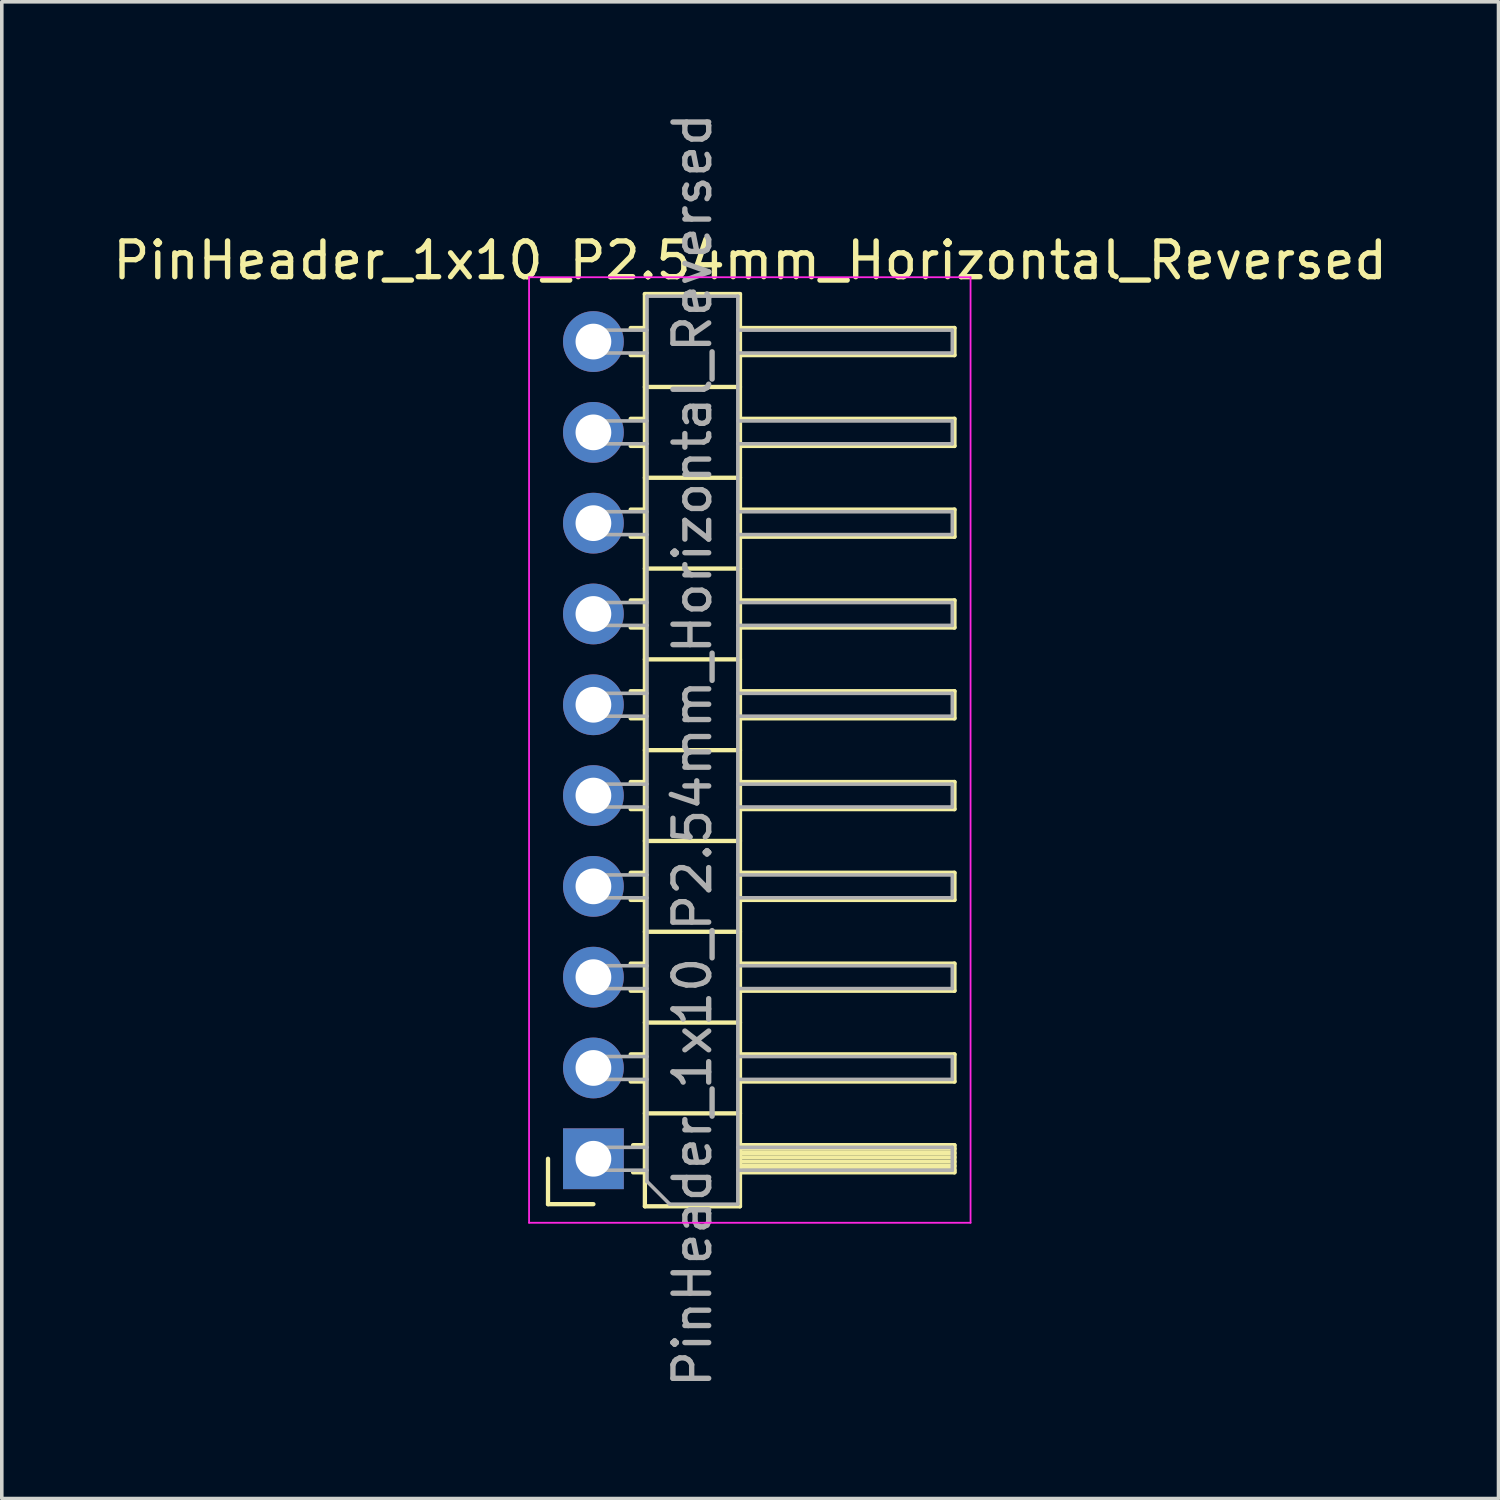
<source format=kicad_pcb>
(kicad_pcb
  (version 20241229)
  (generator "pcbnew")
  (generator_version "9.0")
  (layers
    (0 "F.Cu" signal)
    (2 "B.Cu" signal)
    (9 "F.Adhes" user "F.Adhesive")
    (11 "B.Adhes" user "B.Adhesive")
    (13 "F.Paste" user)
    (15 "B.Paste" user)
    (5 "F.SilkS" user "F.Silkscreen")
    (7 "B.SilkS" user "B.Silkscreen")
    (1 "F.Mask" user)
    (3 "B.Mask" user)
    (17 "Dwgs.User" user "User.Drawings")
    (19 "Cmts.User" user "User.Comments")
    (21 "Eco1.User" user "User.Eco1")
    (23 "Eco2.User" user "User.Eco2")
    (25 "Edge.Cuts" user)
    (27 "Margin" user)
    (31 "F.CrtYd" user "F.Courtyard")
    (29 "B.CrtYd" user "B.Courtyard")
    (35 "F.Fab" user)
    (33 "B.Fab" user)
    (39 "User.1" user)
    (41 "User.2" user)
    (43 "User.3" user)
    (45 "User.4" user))
  (footprint "PinHeader_1x10_P2.54mm_Horizontal_Reversed"
    (layer "F.Cu")
    (at 13.55 6.505)
    (property "Reference" "PinHeader_1x10_P2.54mm_Horizontal_Reversed" (at 4.385 -2.27 0) (layer "F.SilkS") (effects (font (size 1 1) (thickness 0.15))))
    (attr through_hole)
    (fp_line (start -1.27 22.86) (end -1.27 24.13) (stroke (width 0.12) (type solid)) (layer "F.SilkS"))
    (fp_line (start -1.27 24.13) (end 0 24.13) (stroke (width 0.12) (type solid)) (layer "F.SilkS"))
    (fp_line (start 1.043 -0.38) (end 1.44 -0.38) (stroke (width 0.12) (type solid)) (layer "F.SilkS"))
    (fp_line (start 1.043 0.38) (end 1.44 0.38) (stroke (width 0.12) (type solid)) (layer "F.SilkS"))
    (fp_line (start 1.043 2.16) (end 1.44 2.16) (stroke (width 0.12) (type solid)) (layer "F.SilkS"))
    (fp_line (start 1.043 2.92) (end 1.44 2.92) (stroke (width 0.12) (type solid)) (layer "F.SilkS"))
    (fp_line (start 1.043 4.7) (end 1.44 4.7) (stroke (width 0.12) (type solid)) (layer "F.SilkS"))
    (fp_line (start 1.043 5.46) (end 1.44 5.46) (stroke (width 0.12) (type solid)) (layer "F.SilkS"))
    (fp_line (start 1.043 7.24) (end 1.44 7.24) (stroke (width 0.12) (type solid)) (layer "F.SilkS"))
    (fp_line (start 1.043 8) (end 1.44 8) (stroke (width 0.12) (type solid)) (layer "F.SilkS"))
    (fp_line (start 1.043 9.78) (end 1.44 9.78) (stroke (width 0.12) (type solid)) (layer "F.SilkS"))
    (fp_line (start 1.043 10.54) (end 1.44 10.54) (stroke (width 0.12) (type solid)) (layer "F.SilkS"))
    (fp_line (start 1.043 12.32) (end 1.44 12.32) (stroke (width 0.12) (type solid)) (layer "F.SilkS"))
    (fp_line (start 1.043 13.08) (end 1.44 13.08) (stroke (width 0.12) (type solid)) (layer "F.SilkS"))
    (fp_line (start 1.043 14.86) (end 1.44 14.86) (stroke (width 0.12) (type solid)) (layer "F.SilkS"))
    (fp_line (start 1.043 15.62) (end 1.44 15.62) (stroke (width 0.12) (type solid)) (layer "F.SilkS"))
    (fp_line (start 1.043 17.4) (end 1.44 17.4) (stroke (width 0.12) (type solid)) (layer "F.SilkS"))
    (fp_line (start 1.043 18.16) (end 1.44 18.16) (stroke (width 0.12) (type solid)) (layer "F.SilkS"))
    (fp_line (start 1.043 19.94) (end 1.44 19.94) (stroke (width 0.12) (type solid)) (layer "F.SilkS"))
    (fp_line (start 1.043 20.7) (end 1.44 20.7) (stroke (width 0.12) (type solid)) (layer "F.SilkS"))
    (fp_line (start 1.11 22.48) (end 1.44 22.48) (stroke (width 0.12) (type solid)) (layer "F.SilkS"))
    (fp_line (start 1.11 23.24) (end 1.44 23.24) (stroke (width 0.12) (type solid)) (layer "F.SilkS"))
    (fp_line (start 1.44 -1.33) (end 4.1 -1.33) (stroke (width 0.12) (type solid)) (layer "F.SilkS"))
    (fp_line (start 1.44 1.27) (end 4.1 1.27) (stroke (width 0.12) (type solid)) (layer "F.SilkS"))
    (fp_line (start 1.44 3.81) (end 4.1 3.81) (stroke (width 0.12) (type solid)) (layer "F.SilkS"))
    (fp_line (start 1.44 6.35) (end 4.1 6.35) (stroke (width 0.12) (type solid)) (layer "F.SilkS"))
    (fp_line (start 1.44 8.89) (end 4.1 8.89) (stroke (width 0.12) (type solid)) (layer "F.SilkS"))
    (fp_line (start 1.44 11.43) (end 4.1 11.43) (stroke (width 0.12) (type solid)) (layer "F.SilkS"))
    (fp_line (start 1.44 13.97) (end 4.1 13.97) (stroke (width 0.12) (type solid)) (layer "F.SilkS"))
    (fp_line (start 1.44 16.51) (end 4.1 16.51) (stroke (width 0.12) (type solid)) (layer "F.SilkS"))
    (fp_line (start 1.44 19.05) (end 4.1 19.05) (stroke (width 0.12) (type solid)) (layer "F.SilkS"))
    (fp_line (start 1.44 21.59) (end 4.1 21.59) (stroke (width 0.12) (type solid)) (layer "F.SilkS"))
    (fp_line (start 1.44 24.19) (end 1.44 -1.33) (stroke (width 0.12) (type solid)) (layer "F.SilkS"))
    (fp_line (start 4.1 -1.33) (end 4.1 24.19) (stroke (width 0.12) (type solid)) (layer "F.SilkS"))
    (fp_line (start 4.1 0.38) (end 10.1 0.38) (stroke (width 0.12) (type solid)) (layer "F.SilkS"))
    (fp_line (start 4.1 2.92) (end 10.1 2.92) (stroke (width 0.12) (type solid)) (layer "F.SilkS"))
    (fp_line (start 4.1 5.46) (end 10.1 5.46) (stroke (width 0.12) (type solid)) (layer "F.SilkS"))
    (fp_line (start 4.1 8) (end 10.1 8) (stroke (width 0.12) (type solid)) (layer "F.SilkS"))
    (fp_line (start 4.1 10.54) (end 10.1 10.54) (stroke (width 0.12) (type solid)) (layer "F.SilkS"))
    (fp_line (start 4.1 13.08) (end 10.1 13.08) (stroke (width 0.12) (type solid)) (layer "F.SilkS"))
    (fp_line (start 4.1 15.62) (end 10.1 15.62) (stroke (width 0.12) (type solid)) (layer "F.SilkS"))
    (fp_line (start 4.1 18.16) (end 10.1 18.16) (stroke (width 0.12) (type solid)) (layer "F.SilkS"))
    (fp_line (start 4.1 20.7) (end 10.1 20.7) (stroke (width 0.12) (type solid)) (layer "F.SilkS"))
    (fp_line (start 4.1 22.58) (end 10.1 22.58) (stroke (width 0.12) (type solid)) (layer "F.SilkS"))
    (fp_line (start 4.1 22.7) (end 10.1 22.7) (stroke (width 0.12) (type solid)) (layer "F.SilkS"))
    (fp_line (start 4.1 22.82) (end 10.1 22.82) (stroke (width 0.12) (type solid)) (layer "F.SilkS"))
    (fp_line (start 4.1 22.94) (end 10.1 22.94) (stroke (width 0.12) (type solid)) (layer "F.SilkS"))
    (fp_line (start 4.1 23.06) (end 10.1 23.06) (stroke (width 0.12) (type solid)) (layer "F.SilkS"))
    (fp_line (start 4.1 23.18) (end 10.1 23.18) (stroke (width 0.12) (type solid)) (layer "F.SilkS"))
    (fp_line (start 4.1 23.24) (end 10.1 23.24) (stroke (width 0.12) (type solid)) (layer "F.SilkS"))
    (fp_line (start 4.1 24.19) (end 1.44 24.19) (stroke (width 0.12) (type solid)) (layer "F.SilkS"))
    (fp_line (start 10.1 -0.38) (end 4.1 -0.38) (stroke (width 0.12) (type solid)) (layer "F.SilkS"))
    (fp_line (start 10.1 0.38) (end 10.1 -0.38) (stroke (width 0.12) (type solid)) (layer "F.SilkS"))
    (fp_line (start 10.1 2.16) (end 4.1 2.16) (stroke (width 0.12) (type solid)) (layer "F.SilkS"))
    (fp_line (start 10.1 2.92) (end 10.1 2.16) (stroke (width 0.12) (type solid)) (layer "F.SilkS"))
    (fp_line (start 10.1 4.7) (end 4.1 4.7) (stroke (width 0.12) (type solid)) (layer "F.SilkS"))
    (fp_line (start 10.1 5.46) (end 10.1 4.7) (stroke (width 0.12) (type solid)) (layer "F.SilkS"))
    (fp_line (start 10.1 7.24) (end 4.1 7.24) (stroke (width 0.12) (type solid)) (layer "F.SilkS"))
    (fp_line (start 10.1 8) (end 10.1 7.24) (stroke (width 0.12) (type solid)) (layer "F.SilkS"))
    (fp_line (start 10.1 9.78) (end 4.1 9.78) (stroke (width 0.12) (type solid)) (layer "F.SilkS"))
    (fp_line (start 10.1 10.54) (end 10.1 9.78) (stroke (width 0.12) (type solid)) (layer "F.SilkS"))
    (fp_line (start 10.1 12.32) (end 4.1 12.32) (stroke (width 0.12) (type solid)) (layer "F.SilkS"))
    (fp_line (start 10.1 13.08) (end 10.1 12.32) (stroke (width 0.12) (type solid)) (layer "F.SilkS"))
    (fp_line (start 10.1 14.86) (end 4.1 14.86) (stroke (width 0.12) (type solid)) (layer "F.SilkS"))
    (fp_line (start 10.1 15.62) (end 10.1 14.86) (stroke (width 0.12) (type solid)) (layer "F.SilkS"))
    (fp_line (start 10.1 17.4) (end 4.1 17.4) (stroke (width 0.12) (type solid)) (layer "F.SilkS"))
    (fp_line (start 10.1 18.16) (end 10.1 17.4) (stroke (width 0.12) (type solid)) (layer "F.SilkS"))
    (fp_line (start 10.1 19.94) (end 4.1 19.94) (stroke (width 0.12) (type solid)) (layer "F.SilkS"))
    (fp_line (start 10.1 20.7) (end 10.1 19.94) (stroke (width 0.12) (type solid)) (layer "F.SilkS"))
    (fp_line (start 10.1 22.48) (end 4.1 22.48) (stroke (width 0.12) (type solid)) (layer "F.SilkS"))
    (fp_line (start 10.1 23.24) (end 10.1 22.48) (stroke (width 0.12) (type solid)) (layer "F.SilkS"))
    (fp_line (start -1.8 -1.8) (end -1.8 24.65) (stroke (width 0.05) (type solid)) (layer "F.CrtYd"))
    (fp_line (start -1.8 24.65) (end 10.55 24.65) (stroke (width 0.05) (type solid)) (layer "F.CrtYd"))
    (fp_line (start 10.55 -1.8) (end -1.8 -1.8) (stroke (width 0.05) (type solid)) (layer "F.CrtYd"))
    (fp_line (start 10.55 24.65) (end 10.55 -1.8) (stroke (width 0.05) (type solid)) (layer "F.CrtYd"))
    (fp_line (start -0.32 -0.32) (end 1.5 -0.32) (stroke (width 0.1) (type solid)) (layer "F.Fab"))
    (fp_line (start -0.32 0.32) (end -0.32 -0.32) (stroke (width 0.1) (type solid)) (layer "F.Fab"))
    (fp_line (start -0.32 0.32) (end 1.5 0.32) (stroke (width 0.1) (type solid)) (layer "F.Fab"))
    (fp_line (start -0.32 2.22) (end 1.5 2.22) (stroke (width 0.1) (type solid)) (layer "F.Fab"))
    (fp_line (start -0.32 2.86) (end -0.32 2.22) (stroke (width 0.1) (type solid)) (layer "F.Fab"))
    (fp_line (start -0.32 2.86) (end 1.5 2.86) (stroke (width 0.1) (type solid)) (layer "F.Fab"))
    (fp_line (start -0.32 4.76) (end 1.5 4.76) (stroke (width 0.1) (type solid)) (layer "F.Fab"))
    (fp_line (start -0.32 5.4) (end -0.32 4.76) (stroke (width 0.1) (type solid)) (layer "F.Fab"))
    (fp_line (start -0.32 5.4) (end 1.5 5.4) (stroke (width 0.1) (type solid)) (layer "F.Fab"))
    (fp_line (start -0.32 7.3) (end 1.5 7.3) (stroke (width 0.1) (type solid)) (layer "F.Fab"))
    (fp_line (start -0.32 7.94) (end -0.32 7.3) (stroke (width 0.1) (type solid)) (layer "F.Fab"))
    (fp_line (start -0.32 7.94) (end 1.5 7.94) (stroke (width 0.1) (type solid)) (layer "F.Fab"))
    (fp_line (start -0.32 9.84) (end 1.5 9.84) (stroke (width 0.1) (type solid)) (layer "F.Fab"))
    (fp_line (start -0.32 10.48) (end -0.32 9.84) (stroke (width 0.1) (type solid)) (layer "F.Fab"))
    (fp_line (start -0.32 10.48) (end 1.5 10.48) (stroke (width 0.1) (type solid)) (layer "F.Fab"))
    (fp_line (start -0.32 12.38) (end 1.5 12.38) (stroke (width 0.1) (type solid)) (layer "F.Fab"))
    (fp_line (start -0.32 13.02) (end -0.32 12.38) (stroke (width 0.1) (type solid)) (layer "F.Fab"))
    (fp_line (start -0.32 13.02) (end 1.5 13.02) (stroke (width 0.1) (type solid)) (layer "F.Fab"))
    (fp_line (start -0.32 14.92) (end 1.5 14.92) (stroke (width 0.1) (type solid)) (layer "F.Fab"))
    (fp_line (start -0.32 15.56) (end -0.32 14.92) (stroke (width 0.1) (type solid)) (layer "F.Fab"))
    (fp_line (start -0.32 15.56) (end 1.5 15.56) (stroke (width 0.1) (type solid)) (layer "F.Fab"))
    (fp_line (start -0.32 17.46) (end 1.5 17.46) (stroke (width 0.1) (type solid)) (layer "F.Fab"))
    (fp_line (start -0.32 18.1) (end -0.32 17.46) (stroke (width 0.1) (type solid)) (layer "F.Fab"))
    (fp_line (start -0.32 18.1) (end 1.5 18.1) (stroke (width 0.1) (type solid)) (layer "F.Fab"))
    (fp_line (start -0.32 20) (end 1.5 20) (stroke (width 0.1) (type solid)) (layer "F.Fab"))
    (fp_line (start -0.32 20.64) (end -0.32 20) (stroke (width 0.1) (type solid)) (layer "F.Fab"))
    (fp_line (start -0.32 20.64) (end 1.5 20.64) (stroke (width 0.1) (type solid)) (layer "F.Fab"))
    (fp_line (start -0.32 22.54) (end 1.5 22.54) (stroke (width 0.1) (type solid)) (layer "F.Fab"))
    (fp_line (start -0.32 23.18) (end -0.32 22.54) (stroke (width 0.1) (type solid)) (layer "F.Fab"))
    (fp_line (start -0.32 23.18) (end 1.5 23.18) (stroke (width 0.1) (type solid)) (layer "F.Fab"))
    (fp_line (start 1.5 -1.27) (end 1.5 23.495) (stroke (width 0.1) (type solid)) (layer "F.Fab"))
    (fp_line (start 1.5 23.495) (end 2.135 24.13) (stroke (width 0.1) (type solid)) (layer "F.Fab"))
    (fp_line (start 2.135 24.13) (end 4.04 24.13) (stroke (width 0.1) (type solid)) (layer "F.Fab"))
    (fp_line (start 4.04 -1.27) (end 1.5 -1.27) (stroke (width 0.1) (type solid)) (layer "F.Fab"))
    (fp_line (start 4.04 -0.32) (end 10.04 -0.32) (stroke (width 0.1) (type solid)) (layer "F.Fab"))
    (fp_line (start 4.04 0.32) (end 10.04 0.32) (stroke (width 0.1) (type solid)) (layer "F.Fab"))
    (fp_line (start 4.04 2.22) (end 10.04 2.22) (stroke (width 0.1) (type solid)) (layer "F.Fab"))
    (fp_line (start 4.04 2.86) (end 10.04 2.86) (stroke (width 0.1) (type solid)) (layer "F.Fab"))
    (fp_line (start 4.04 4.76) (end 10.04 4.76) (stroke (width 0.1) (type solid)) (layer "F.Fab"))
    (fp_line (start 4.04 5.4) (end 10.04 5.4) (stroke (width 0.1) (type solid)) (layer "F.Fab"))
    (fp_line (start 4.04 7.3) (end 10.04 7.3) (stroke (width 0.1) (type solid)) (layer "F.Fab"))
    (fp_line (start 4.04 7.94) (end 10.04 7.94) (stroke (width 0.1) (type solid)) (layer "F.Fab"))
    (fp_line (start 4.04 9.84) (end 10.04 9.84) (stroke (width 0.1) (type solid)) (layer "F.Fab"))
    (fp_line (start 4.04 10.48) (end 10.04 10.48) (stroke (width 0.1) (type solid)) (layer "F.Fab"))
    (fp_line (start 4.04 12.38) (end 10.04 12.38) (stroke (width 0.1) (type solid)) (layer "F.Fab"))
    (fp_line (start 4.04 13.02) (end 10.04 13.02) (stroke (width 0.1) (type solid)) (layer "F.Fab"))
    (fp_line (start 4.04 14.92) (end 10.04 14.92) (stroke (width 0.1) (type solid)) (layer "F.Fab"))
    (fp_line (start 4.04 15.56) (end 10.04 15.56) (stroke (width 0.1) (type solid)) (layer "F.Fab"))
    (fp_line (start 4.04 17.46) (end 10.04 17.46) (stroke (width 0.1) (type solid)) (layer "F.Fab"))
    (fp_line (start 4.04 18.1) (end 10.04 18.1) (stroke (width 0.1) (type solid)) (layer "F.Fab"))
    (fp_line (start 4.04 20) (end 10.04 20) (stroke (width 0.1) (type solid)) (layer "F.Fab"))
    (fp_line (start 4.04 20.64) (end 10.04 20.64) (stroke (width 0.1) (type solid)) (layer "F.Fab"))
    (fp_line (start 4.04 22.54) (end 10.04 22.54) (stroke (width 0.1) (type solid)) (layer "F.Fab"))
    (fp_line (start 4.04 23.18) (end 10.04 23.18) (stroke (width 0.1) (type solid)) (layer "F.Fab"))
    (fp_line (start 4.04 24.13) (end 4.04 -1.27) (stroke (width 0.1) (type solid)) (layer "F.Fab"))
    (fp_line (start 10.04 0.32) (end 10.04 -0.32) (stroke (width 0.1) (type solid)) (layer "F.Fab"))
    (fp_line (start 10.04 2.86) (end 10.04 2.22) (stroke (width 0.1) (type solid)) (layer "F.Fab"))
    (fp_line (start 10.04 5.4) (end 10.04 4.76) (stroke (width 0.1) (type solid)) (layer "F.Fab"))
    (fp_line (start 10.04 7.94) (end 10.04 7.3) (stroke (width 0.1) (type solid)) (layer "F.Fab"))
    (fp_line (start 10.04 10.48) (end 10.04 9.84) (stroke (width 0.1) (type solid)) (layer "F.Fab"))
    (fp_line (start 10.04 13.02) (end 10.04 12.38) (stroke (width 0.1) (type solid)) (layer "F.Fab"))
    (fp_line (start 10.04 15.56) (end 10.04 14.92) (stroke (width 0.1) (type solid)) (layer "F.Fab"))
    (fp_line (start 10.04 18.1) (end 10.04 17.46) (stroke (width 0.1) (type solid)) (layer "F.Fab"))
    (fp_line (start 10.04 20.64) (end 10.04 20) (stroke (width 0.1) (type solid)) (layer "F.Fab"))
    (fp_line (start 10.04 23.18) (end 10.04 22.54) (stroke (width 0.1) (type solid)) (layer "F.Fab"))
    (fp_text user "${REFERENCE}" (at 2.77 11.43 90) (layer "F.Fab") (effects (font (size 1 1) (thickness 0.15))))
    (pad "1" thru_hole rect (at 0 22.86) (size 1.7 1.7) (drill 1) (layers "*.Cu" "*.Mask"))
    (pad "2" thru_hole oval (at 0 20.32) (size 1.7 1.7) (drill 1) (layers "*.Cu" "*.Mask"))
    (pad "3" thru_hole oval (at 0 17.78) (size 1.7 1.7) (drill 1) (layers "*.Cu" "*.Mask"))
    (pad "4" thru_hole oval (at 0 15.24) (size 1.7 1.7) (drill 1) (layers "*.Cu" "*.Mask"))
    (pad "5" thru_hole oval (at 0 12.7) (size 1.7 1.7) (drill 1) (layers "*.Cu" "*.Mask"))
    (pad "6" thru_hole oval (at 0 10.16) (size 1.7 1.7) (drill 1) (layers "*.Cu" "*.Mask"))
    (pad "7" thru_hole oval (at 0 7.62) (size 1.7 1.7) (drill 1) (layers "*.Cu" "*.Mask"))
    (pad "8" thru_hole oval (at 0 5.08) (size 1.7 1.7) (drill 1) (layers "*.Cu" "*.Mask"))
    (pad "9" thru_hole oval (at 0 2.54) (size 1.7 1.7) (drill 1) (layers "*.Cu" "*.Mask"))
    (pad "10" thru_hole oval (at 0 0) (size 1.7 1.7) (drill 1) (layers "*.Cu" "*.Mask")))
  (gr_rect
    (start -3 -3)
    (end 38.869 38.869)
    (stroke (width 0.1) (type default))
    (fill no)
    (layer "Edge.Cuts")))
</source>
